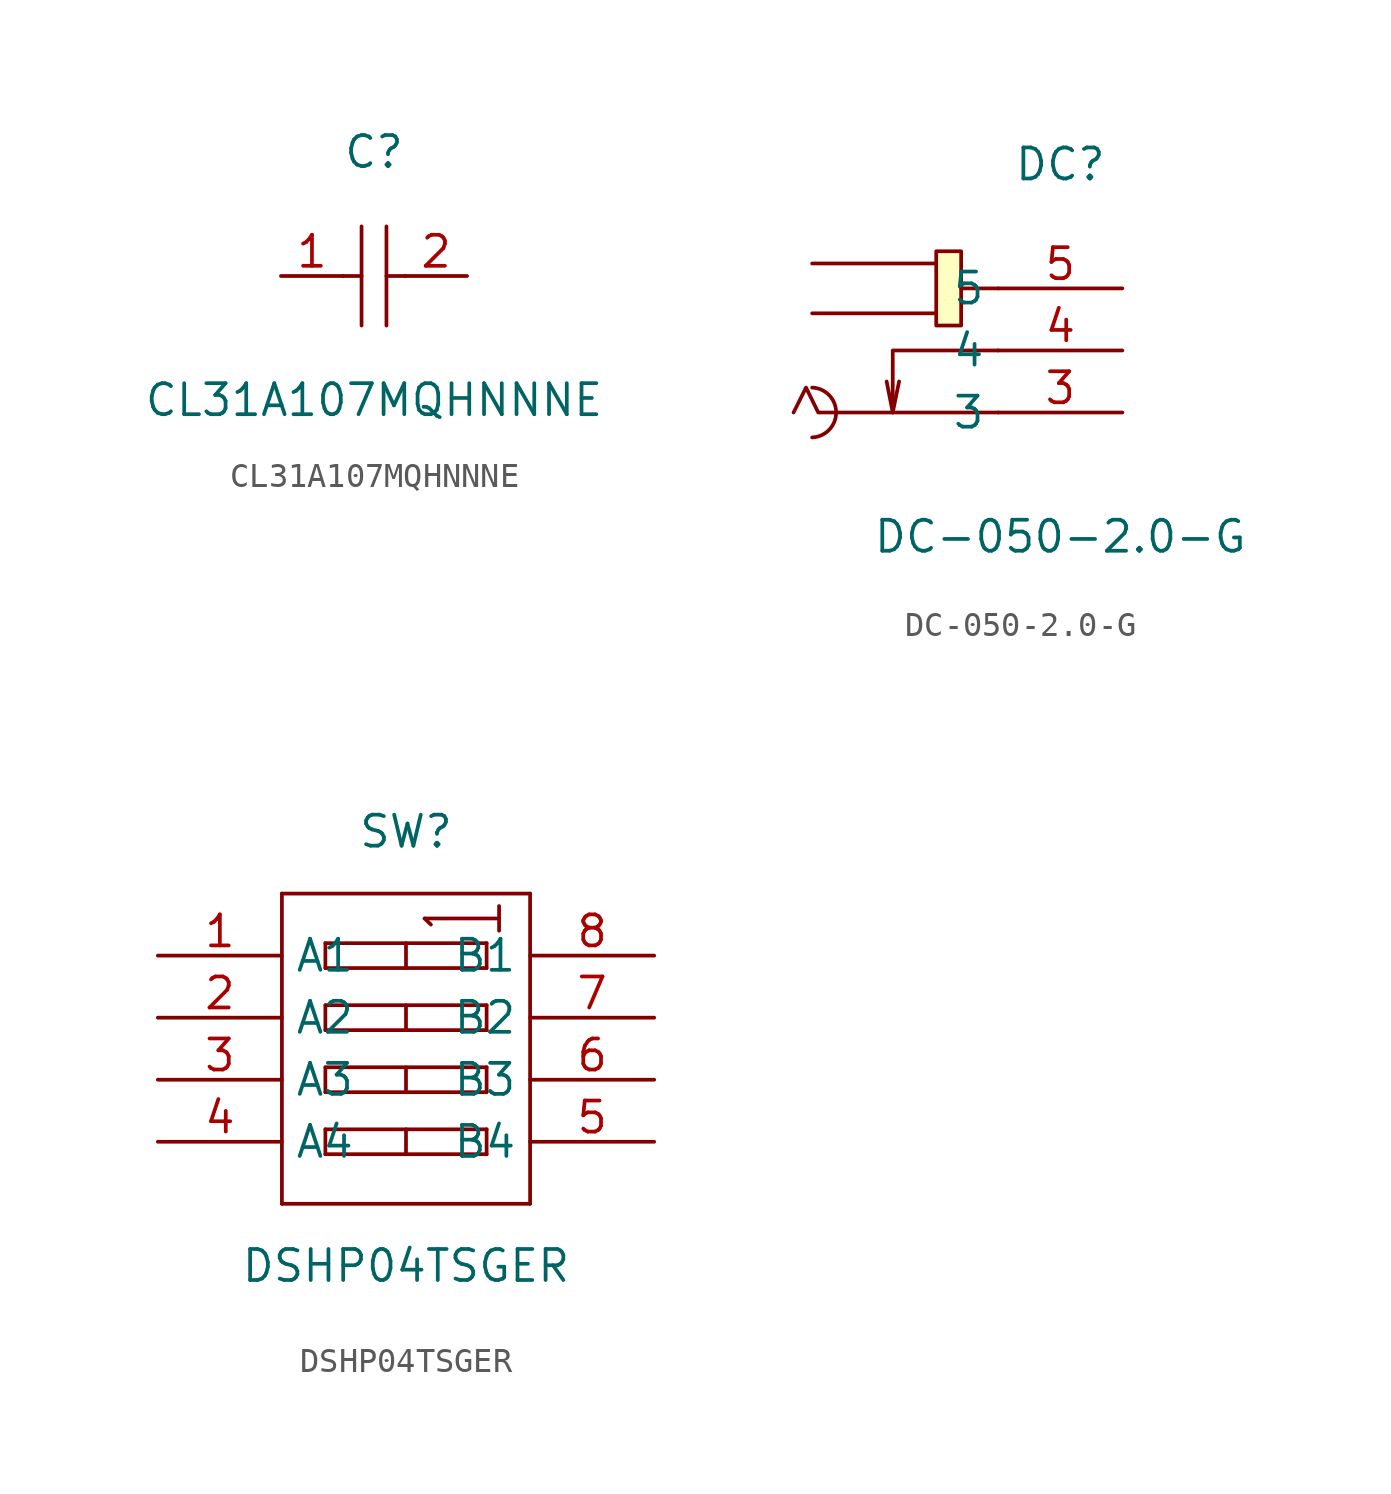
<source format=kicad_sym>
(kicad_symbol_lib
  (version 20220914)
  (generator https://github.com/uPesy/easyeda2kicad.py)
  (symbol "CL31A107MQHNNNE"
    (property "Reference" "C"
      (at 0 5.08 0)
      (effects (font (size 1.27 1.27))))
    (property "Value" "CL31A107MQHNNNE"
      (at 0 -5.08 0)
      (effects (font (size 1.27 1.27))))
    (symbol "CL31A107MQHNNNE_0_1"
      (polyline (pts (xy -1.27 0) (xy -0.51 0)) (stroke (width 0) (type default)) (fill (type none)))
      (polyline (pts (xy -0.51 2.03) (xy -0.51 -2.03)) (stroke (width 0) (type default)) (fill (type none)))
      (polyline (pts (xy 0.51 0) (xy 1.27 0)) (stroke (width 0) (type default)) (fill (type none)))
      (polyline (pts (xy 0.51 2.03) (xy 0.51 -2.03)) (stroke (width 0) (type default)) (fill (type none))))
    (symbol "CL31A107MQHNNNE_1_1"
      (pin passive line (at -3.81 0 0) (length 2.54) (name "" (effects (font (size 1.27 1.27)))) (number "1" (effects (font (size 1.27 1.27)))))
      (pin passive line (at 3.81 0 180) (length 2.54) (name "" (effects (font (size 1.27 1.27)))) (number "2" (effects (font (size 1.27 1.27)))))))
  (symbol "DC-050-2.0-G"
    (property "Reference" "DC"
      (at 0 7.62 0)
      (effects (font (size 1.27 1.27))))
    (property "Value" "DC-050-2.0-G"
      (at 0 -7.62 0)
      (effects (font (size 1.27 1.27))))
    (symbol "DC-050-2.0-G_0_1"
      (arc (start -10.16 -3.56) (mid -9.1779 -2.54) (end -10.16 -1.52) (stroke (width 0) (type default)) (fill (type none)))
      (rectangle (start -5.08 4.06) (end -4.06 1.02) (stroke (width 0) (type default)) (fill (type background)))
      (polyline (pts (xy -6.86 -2.54) (xy -6.6 -1.27)) (stroke (width 0) (type default)) (fill (type none)))
      (polyline (pts (xy -5.08 1.52) (xy -10.16 1.52)) (stroke (width 0) (type default)) (fill (type none)))
      (polyline (pts (xy -5.08 3.56) (xy -10.16 3.56)) (stroke (width 0) (type default)) (fill (type none)))
      (polyline (pts (xy -2.54 2.54) (xy -4.06 2.54)) (stroke (width 0) (type default)) (fill (type none)))
      (polyline (pts (xy -2.54 -2.54) (xy -9.91 -2.54) (xy -10.41 -1.52) (xy -10.92 -2.54)) (stroke (width 0) (type default)) (fill (type none)))
      (polyline (pts (xy -2.54 0) (xy -6.86 0) (xy -6.86 -2.54) (xy -7.11 -1.27)) (stroke (width 0) (type default)) (fill (type none)))
      (pin unspecified line (at 2.54 -2.54 180) (length 5.08) (name "3" (effects (font (size 1.27 1.27)))) (number "3" (effects (font (size 1.27 1.27)))))
      (pin unspecified line (at 2.54 0 180) (length 5.08) (name "4" (effects (font (size 1.27 1.27)))) (number "4" (effects (font (size 1.27 1.27)))))
      (pin unspecified line (at 2.54 2.54 180) (length 5.08) (name "5" (effects (font (size 1.27 1.27)))) (number "5" (effects (font (size 1.27 1.27)))))))
  (symbol "DSHP04TSGER"
    (property "Reference" "SW"
      (at 0 8.89 0)
      (effects (font (size 1.27 1.27))))
    (property "Value" "DSHP04TSGER"
      (at 0 -8.89 0)
      (effects (font (size 1.27 1.27))))
    (symbol "DSHP04TSGER_0_1"
      (polyline (pts (xy -3.30 4.32) (xy 3.30 4.32)) (stroke (width 0) (type default) (color 0 0 0 0)) (fill (type none)))
      (polyline (pts (xy 3.30 4.32) (xy 3.30 3.30)) (stroke (width 0) (type default) (color 0 0 0 0)) (fill (type none)))
      (polyline (pts (xy 3.30 3.30) (xy -3.30 3.30)) (stroke (width 0) (type default) (color 0 0 0 0)) (fill (type none)))
      (polyline (pts (xy -3.30 3.30) (xy -3.30 4.32)) (stroke (width 0) (type default) (color 0 0 0 0)) (fill (type none)))
      (polyline (pts (xy 0.00 4.32) (xy 0.00 3.30)) (stroke (width 0) (type default) (color 0 0 0 0)) (fill (type none)))
      (polyline (pts (xy 1.02 5.08) (xy 0.76 5.33)) (stroke (width 0) (type default) (color 0 0 0 0)) (fill (type none)))
      (polyline (pts (xy 0.76 5.33) (xy 3.81 5.33)) (stroke (width 0) (type default) (color 0 0 0 0)) (fill (type none)))
      (polyline (pts (xy 3.81 5.84) (xy 3.81 4.83)) (stroke (width 0) (type default) (color 0 0 0 0)) (fill (type none)))
      (polyline (pts (xy -3.30 1.78) (xy 3.30 1.78)) (stroke (width 0) (type default) (color 0 0 0 0)) (fill (type none)))
      (polyline (pts (xy 3.30 1.78) (xy 3.30 0.76)) (stroke (width 0) (type default) (color 0 0 0 0)) (fill (type none)))
      (polyline (pts (xy 3.30 0.76) (xy -3.30 0.76)) (stroke (width 0) (type default) (color 0 0 0 0)) (fill (type none)))
      (polyline (pts (xy -3.30 0.76) (xy -3.30 1.78)) (stroke (width 0) (type default) (color 0 0 0 0)) (fill (type none)))
      (polyline (pts (xy 0.00 1.78) (xy 0.00 0.76)) (stroke (width 0) (type default) (color 0 0 0 0)) (fill (type none)))
      (polyline (pts (xy -3.30 -0.76) (xy 3.30 -0.76)) (stroke (width 0) (type default) (color 0 0 0 0)) (fill (type none)))
      (polyline (pts (xy 3.30 -0.76) (xy 3.30 -1.78)) (stroke (width 0) (type default) (color 0 0 0 0)) (fill (type none)))
      (polyline (pts (xy 3.30 -1.78) (xy -3.30 -1.78)) (stroke (width 0) (type default) (color 0 0 0 0)) (fill (type none)))
      (polyline (pts (xy -3.30 -1.78) (xy -3.30 -0.76)) (stroke (width 0) (type default) (color 0 0 0 0)) (fill (type none)))
      (polyline (pts (xy 0.00 -0.76) (xy 0.00 -1.78)) (stroke (width 0) (type default) (color 0 0 0 0)) (fill (type none)))
      (polyline (pts (xy -3.30 -3.30) (xy 3.30 -3.30)) (stroke (width 0) (type default) (color 0 0 0 0)) (fill (type none)))
      (polyline (pts (xy 3.30 -3.30) (xy 3.30 -4.32)) (stroke (width 0) (type default) (color 0 0 0 0)) (fill (type none)))
      (polyline (pts (xy 3.30 -4.32) (xy -3.30 -4.32)) (stroke (width 0) (type default) (color 0 0 0 0)) (fill (type none)))
      (polyline (pts (xy -3.30 -4.32) (xy -3.30 -3.30)) (stroke (width 0) (type default) (color 0 0 0 0)) (fill (type none)))
      (polyline (pts (xy 0.00 -3.30) (xy 0.00 -4.32)) (stroke (width 0) (type default) (color 0 0 0 0)) (fill (type none)))
      (polyline (pts (xy -5.08 6.35) (xy -5.08 -6.35)) (stroke (width 0) (type default) (color 0 0 0 0)) (fill (type none)))
      (polyline (pts (xy -5.08 -6.35) (xy 5.08 -6.35)) (stroke (width 0) (type default) (color 0 0 0 0)) (fill (type none)))
      (polyline (pts (xy 5.08 -6.35) (xy 5.08 6.35)) (stroke (width 0) (type default) (color 0 0 0 0)) (fill (type none)))
      (polyline (pts (xy 5.08 6.35) (xy -5.08 6.35)) (stroke (width 0) (type default) (color 0 0 0 0)) (fill (type none)))
      (pin input line (at -10.16 3.81 0) (length 5.08) (name "A1" (effects (font (size 1.27 1.27)))) (number "1" (effects (font (size 1.27 1.27)))))
      (pin input line (at -10.16 1.27 0) (length 5.08) (name "A2" (effects (font (size 1.27 1.27)))) (number "2" (effects (font (size 1.27 1.27)))))
      (pin input line (at -10.16 -1.27 0) (length 5.08) (name "A3" (effects (font (size 1.27 1.27)))) (number "3" (effects (font (size 1.27 1.27)))))
      (pin input line (at -10.16 -3.81 0) (length 5.08) (name "A4" (effects (font (size 1.27 1.27)))) (number "4" (effects (font (size 1.27 1.27)))))
      (pin input line (at 10.16 3.81 180) (length 5.08) (name "B1" (effects (font (size 1.27 1.27)))) (number "8" (effects (font (size 1.27 1.27)))))
      (pin input line (at 10.16 1.27 180) (length 5.08) (name "B2" (effects (font (size 1.27 1.27)))) (number "7" (effects (font (size 1.27 1.27)))))
      (pin input line (at 10.16 -1.27 180) (length 5.08) (name "B3" (effects (font (size 1.27 1.27)))) (number "6" (effects (font (size 1.27 1.27)))))
      (pin input line (at 10.16 -3.81 180) (length 5.08) (name "B4" (effects (font (size 1.27 1.27)))) (number "5" (effects (font (size 1.27 1.27))))))))
</source>
